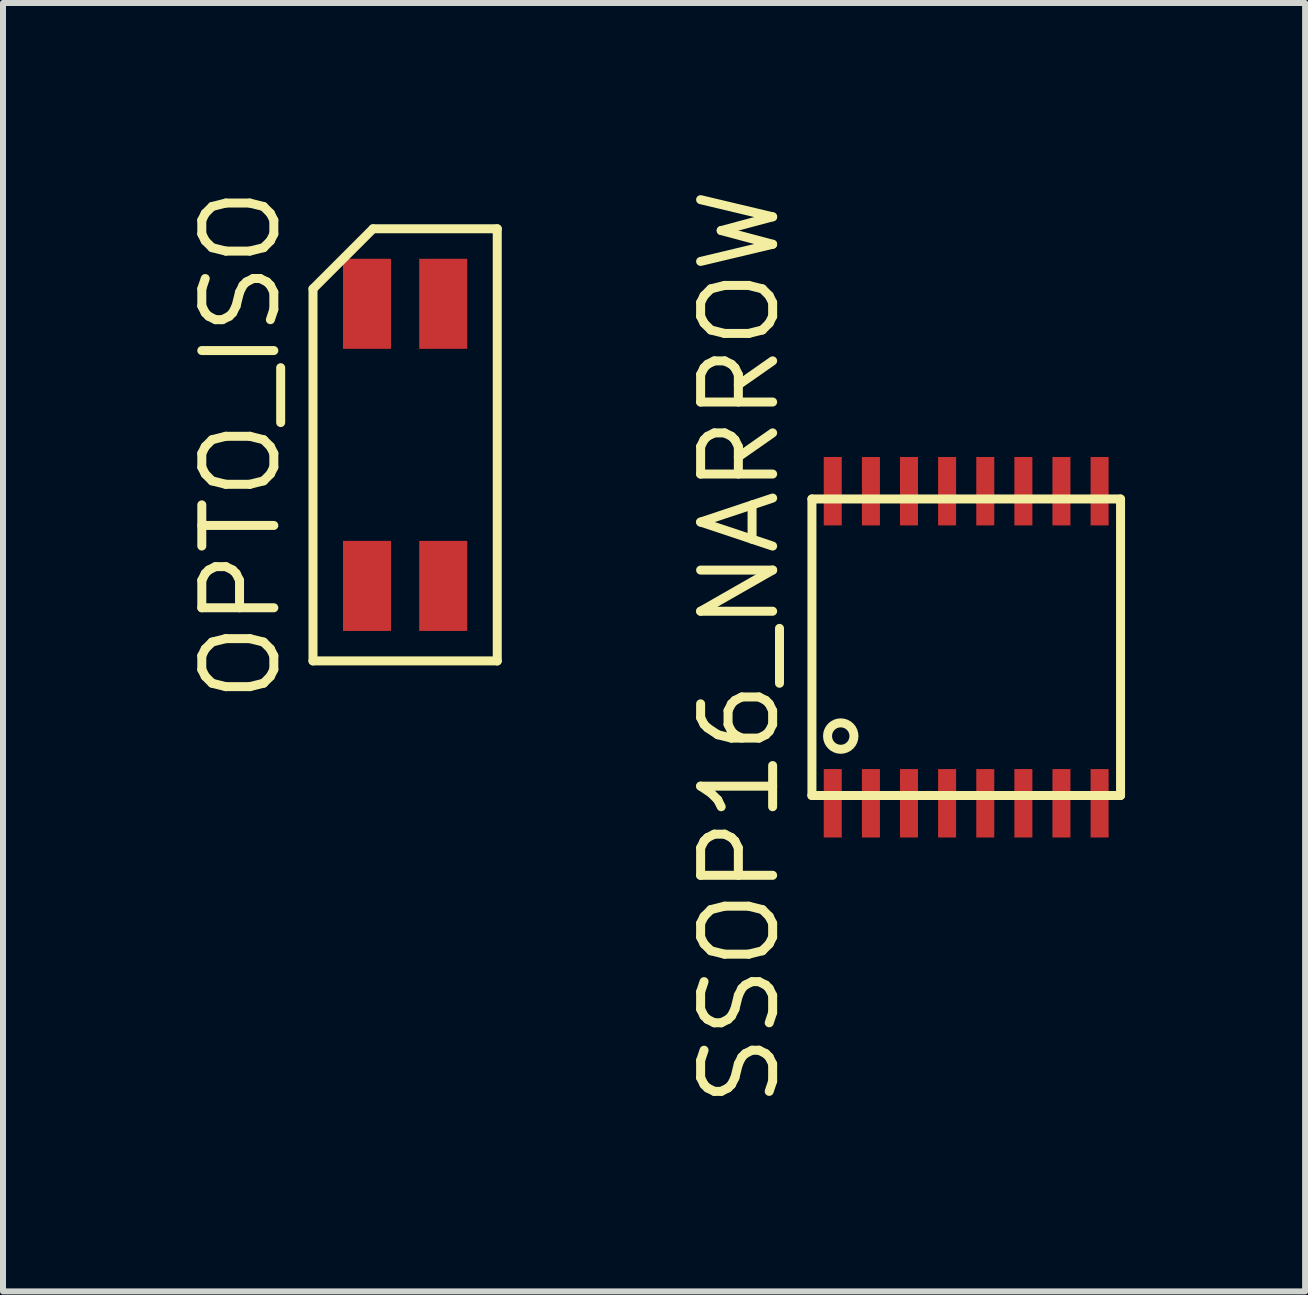
<source format=kicad_pcb>
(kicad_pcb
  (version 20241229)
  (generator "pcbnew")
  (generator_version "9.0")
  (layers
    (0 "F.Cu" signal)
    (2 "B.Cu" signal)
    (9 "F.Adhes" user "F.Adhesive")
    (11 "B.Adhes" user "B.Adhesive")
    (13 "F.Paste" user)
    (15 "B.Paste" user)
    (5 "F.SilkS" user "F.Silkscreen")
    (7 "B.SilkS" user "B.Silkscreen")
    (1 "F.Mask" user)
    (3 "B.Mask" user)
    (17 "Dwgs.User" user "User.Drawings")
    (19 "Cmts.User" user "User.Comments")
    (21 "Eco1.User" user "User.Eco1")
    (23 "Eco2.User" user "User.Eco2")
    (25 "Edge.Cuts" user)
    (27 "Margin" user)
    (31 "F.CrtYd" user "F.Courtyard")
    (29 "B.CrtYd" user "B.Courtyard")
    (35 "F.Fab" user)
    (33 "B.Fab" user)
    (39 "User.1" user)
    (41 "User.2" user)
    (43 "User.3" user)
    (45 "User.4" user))
  (footprint "SSOP16_NARROW"
    (layer "F.Cu")
    (at 13.048 7.734)
    (property "Reference" "SSOP16_NARROW" (at -3.772 0 90) (layer "F.SilkS") (effects (font (size 1.2 1.2) (thickness 0.15))))
    (attr through_hole)
    (fp_line (start -2.572 2.47) (end 2.572 2.47) (stroke (width 0.15) (type solid)) (layer "F.SilkS"))
    (fp_line (start -2.57 -2.47) (end -2.57 2.47) (stroke (width 0.15) (type solid)) (layer "F.SilkS"))
    (fp_line (start 2.57 -2.47) (end -2.57 -2.47) (stroke (width 0.15) (type solid)) (layer "F.SilkS"))
    (fp_line (start 2.572 2.47) (end 2.572 -2.47) (stroke (width 0.15) (type solid)) (layer "F.SilkS"))
    (fp_circle (center -2.09 1.48) (end -1.92 1.62) (stroke (width 0.15) (type solid)) (fill no) (layer "F.SilkS"))
    (pad "1" smd rect (at -2.223 2.6) (size 0.3 1.14) (layers "F.Cu" "F.Mask" "F.Paste"))
    (pad "2" smd rect (at -1.587 2.6) (size 0.3 1.14) (layers "F.Cu" "F.Mask" "F.Paste"))
    (pad "3" smd rect (at -0.953 2.6) (size 0.3 1.14) (layers "F.Cu" "F.Mask" "F.Paste"))
    (pad "4" smd rect (at -0.318 2.6) (size 0.3 1.14) (layers "F.Cu" "F.Mask" "F.Paste"))
    (pad "5" smd rect (at 0.318 2.6) (size 0.3 1.14) (layers "F.Cu" "F.Mask" "F.Paste"))
    (pad "6" smd rect (at 0.953 2.6) (size 0.3 1.14) (layers "F.Cu" "F.Mask" "F.Paste"))
    (pad "7" smd rect (at 1.587 2.6) (size 0.3 1.14) (layers "F.Cu" "F.Mask" "F.Paste"))
    (pad "8" smd rect (at 2.223 2.6) (size 0.3 1.14) (layers "F.Cu" "F.Mask" "F.Paste"))
    (pad "9" smd rect (at 2.223 -2.6) (size 0.3 1.14) (layers "F.Cu" "F.Mask" "F.Paste"))
    (pad "10" smd rect (at 1.587 -2.6) (size 0.3 1.14) (layers "F.Cu" "F.Mask" "F.Paste"))
    (pad "11" smd rect (at 0.953 -2.6) (size 0.3 1.14) (layers "F.Cu" "F.Mask" "F.Paste"))
    (pad "12" smd rect (at 0.318 -2.6) (size 0.3 1.14) (layers "F.Cu" "F.Mask" "F.Paste"))
    (pad "13" smd rect (at -0.318 -2.6) (size 0.3 1.14) (layers "F.Cu" "F.Mask" "F.Paste"))
    (pad "14" smd rect (at -0.953 -2.6) (size 0.3 1.14) (layers "F.Cu" "F.Mask" "F.Paste"))
    (pad "15" smd rect (at -1.587 -2.6) (size 0.3 1.14) (layers "F.Cu" "F.Mask" "F.Paste"))
    (pad "16" smd rect (at -2.223 -2.6) (size 0.3 1.14) (layers "F.Cu" "F.Mask" "F.Paste")))
  (footprint "OPTO_ISO"
    (layer "F.Cu")
    (at 3.7 4.362)
    (property "Reference" "OPTO_ISO" (at -2.735 0 90) (layer "F.SilkS") (effects (font (size 1.2 1.2) (thickness 0.15))))
    (attr through_hole)
    (fp_line (start -1.535 -2.6) (end -1.535 3.6) (stroke (width 0.15) (type solid)) (layer "F.SilkS"))
    (fp_line (start -1.535 3.6) (end 1.535 3.6) (stroke (width 0.15) (type solid)) (layer "F.SilkS"))
    (fp_line (start -0.535 -3.6) (end -1.535 -2.6) (stroke (width 0.15) (type solid)) (layer "F.SilkS"))
    (fp_line (start 1.535 -3.6) (end -0.535 -3.6) (stroke (width 0.15) (type solid)) (layer "F.SilkS"))
    (fp_line (start 1.535 3.6) (end 1.535 -3.6) (stroke (width 0.15) (type solid)) (layer "F.SilkS"))
    (pad "1" smd rect (at -0.635 2.35) (size 0.8 1.5) (layers "F.Cu" "F.Mask" "F.Paste"))
    (pad "2" smd rect (at 0.635 2.35) (size 0.8 1.5) (layers "F.Cu" "F.Mask" "F.Paste"))
    (pad "3" smd rect (at 0.635 -2.35) (size 0.8 1.5) (layers "F.Cu" "F.Mask" "F.Paste"))
    (pad "4" smd rect (at -0.635 -2.35) (size 0.8 1.5) (layers "F.Cu" "F.Mask" "F.Paste")))
  (gr_rect
    (start -3 -3)
    (end 18.695 18.467)
    (stroke (width 0.1) (type default))
    (fill no)
    (layer "Edge.Cuts")))
</source>
